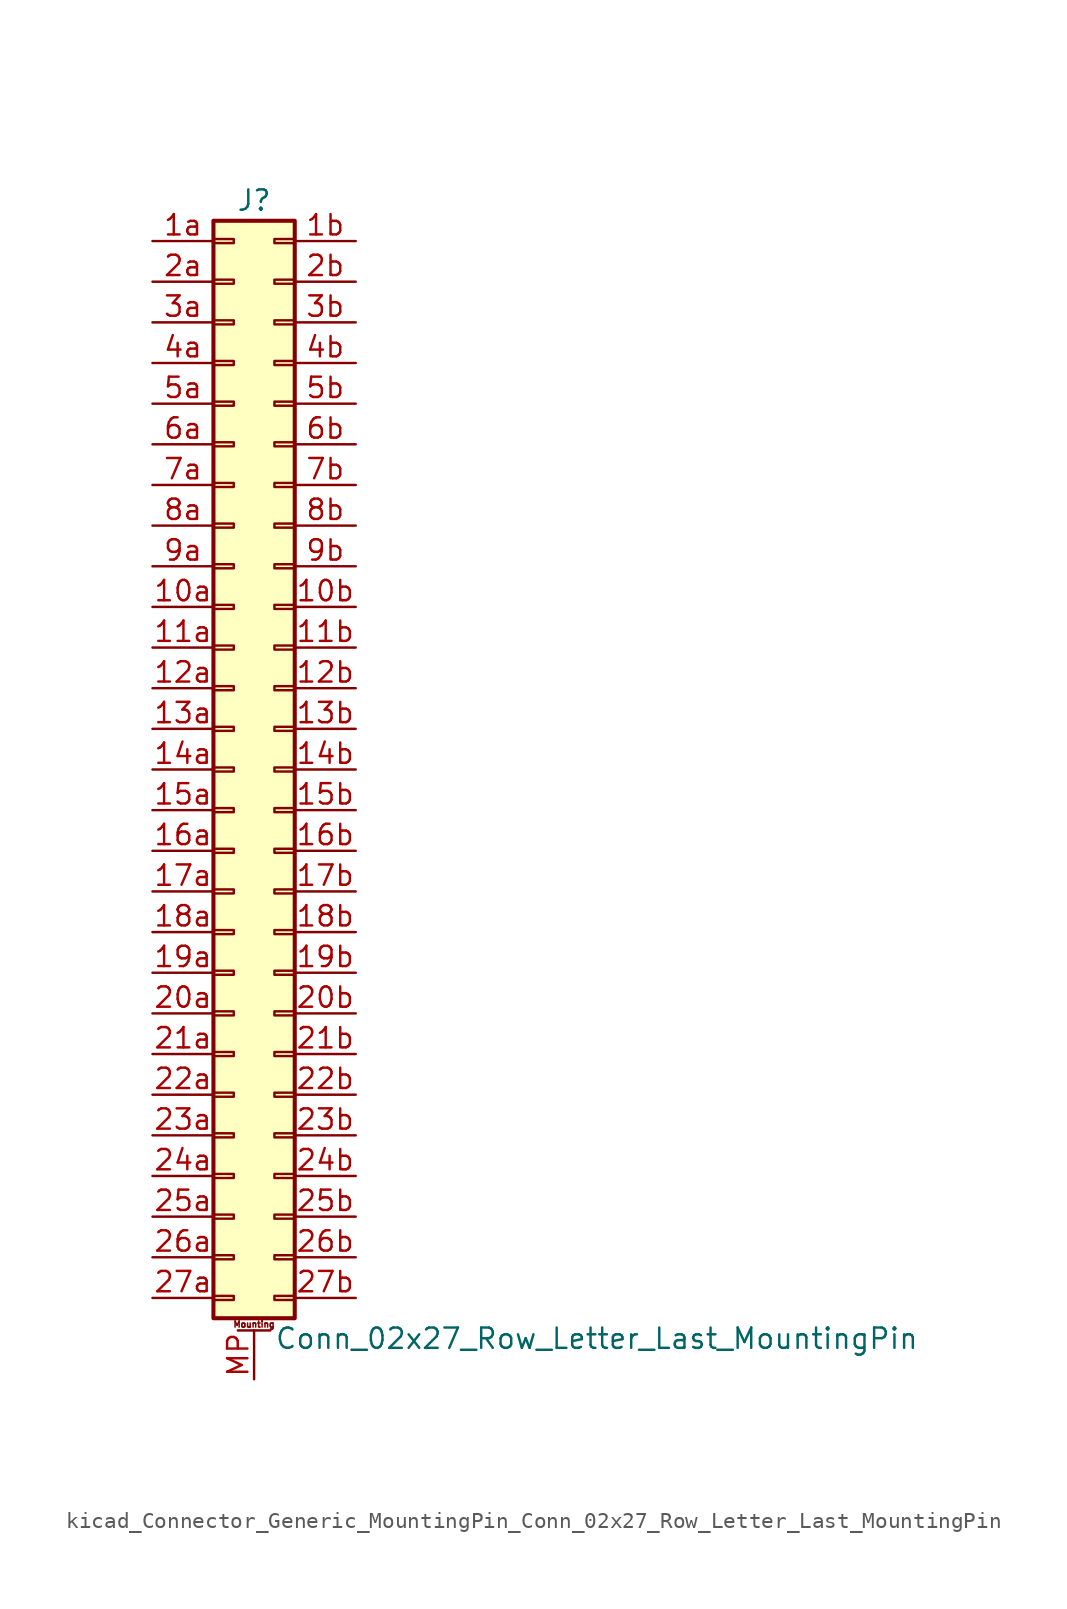
<source format=kicad_sym>
(kicad_symbol_lib
  (version 20220914)
  (generator kicad_symbol_editor)
  (symbol "kicad_Connector_Generic_MountingPin_Conn_02x27_Row_Letter_Last_MountingPin"
    (pin_names
      (offset 1.016) hide)
    (property "Reference" "J"
      (at 1.27 35.56 0)
      (effects (font (size 1.27 1.27))))
    (property "Value" "Conn_02x27_Row_Letter_Last_MountingPin"
      (at 2.54 -35.56 0)
      (effects (font (size 1.27 1.27)) (justify left)))
    (symbol "kicad_Connector_Generic_MountingPin_Conn_02x27_Row_Letter_Last_MountingPin_1_1"
      (rectangle (start -1.27 -32.893) (end 0 -33.147) (stroke (width 0.152) (type default)) (fill (type none)))
      (rectangle (start -1.27 -30.353) (end 0 -30.607) (stroke (width 0.152) (type default)) (fill (type none)))
      (rectangle (start -1.27 -27.813) (end 0 -28.067) (stroke (width 0.152) (type default)) (fill (type none)))
      (rectangle (start -1.27 -25.273) (end 0 -25.527) (stroke (width 0.152) (type default)) (fill (type none)))
      (rectangle (start -1.27 -22.733) (end 0 -22.987) (stroke (width 0.152) (type default)) (fill (type none)))
      (rectangle (start -1.27 -20.193) (end 0 -20.447) (stroke (width 0.152) (type default)) (fill (type none)))
      (rectangle (start -1.27 -17.653) (end 0 -17.907) (stroke (width 0.152) (type default)) (fill (type none)))
      (rectangle (start -1.27 -15.113) (end 0 -15.367) (stroke (width 0.152) (type default)) (fill (type none)))
      (rectangle (start -1.27 -12.573) (end 0 -12.827) (stroke (width 0.152) (type default)) (fill (type none)))
      (rectangle (start -1.27 -10.033) (end 0 -10.287) (stroke (width 0.152) (type default)) (fill (type none)))
      (rectangle (start -1.27 -7.493) (end 0 -7.747) (stroke (width 0.152) (type default)) (fill (type none)))
      (rectangle (start -1.27 -4.953) (end 0 -5.207) (stroke (width 0.152) (type default)) (fill (type none)))
      (rectangle (start -1.27 -2.413) (end 0 -2.667) (stroke (width 0.152) (type default)) (fill (type none)))
      (rectangle (start -1.27 0.127) (end 0 -0.127) (stroke (width 0.152) (type default)) (fill (type none)))
      (rectangle (start -1.27 2.667) (end 0 2.413) (stroke (width 0.152) (type default)) (fill (type none)))
      (rectangle (start -1.27 5.207) (end 0 4.953) (stroke (width 0.152) (type default)) (fill (type none)))
      (rectangle (start -1.27 7.747) (end 0 7.493) (stroke (width 0.152) (type default)) (fill (type none)))
      (rectangle (start -1.27 10.287) (end 0 10.033) (stroke (width 0.152) (type default)) (fill (type none)))
      (rectangle (start -1.27 12.827) (end 0 12.573) (stroke (width 0.152) (type default)) (fill (type none)))
      (rectangle (start -1.27 15.367) (end 0 15.113) (stroke (width 0.152) (type default)) (fill (type none)))
      (rectangle (start -1.27 17.907) (end 0 17.653) (stroke (width 0.152) (type default)) (fill (type none)))
      (rectangle (start -1.27 20.447) (end 0 20.193) (stroke (width 0.152) (type default)) (fill (type none)))
      (rectangle (start -1.27 22.987) (end 0 22.733) (stroke (width 0.152) (type default)) (fill (type none)))
      (rectangle (start -1.27 25.527) (end 0 25.273) (stroke (width 0.152) (type default)) (fill (type none)))
      (rectangle (start -1.27 28.067) (end 0 27.813) (stroke (width 0.152) (type default)) (fill (type none)))
      (rectangle (start -1.27 30.607) (end 0 30.353) (stroke (width 0.152) (type default)) (fill (type none)))
      (rectangle (start -1.27 33.147) (end 0 32.893) (stroke (width 0.152) (type default)) (fill (type none)))
      (rectangle (start -1.27 34.29) (end 3.81 -34.29) (stroke (width 0.254) (type default)) (fill (type background)))
      (polyline (pts (xy 0.254 -35.052) (xy 2.286 -35.052)) (stroke (width 0.152) (type default)) (fill (type none)))
      (rectangle (start 3.81 -32.893) (end 2.54 -33.147) (stroke (width 0.152) (type default)) (fill (type none)))
      (rectangle (start 3.81 -30.353) (end 2.54 -30.607) (stroke (width 0.152) (type default)) (fill (type none)))
      (rectangle (start 3.81 -27.813) (end 2.54 -28.067) (stroke (width 0.152) (type default)) (fill (type none)))
      (rectangle (start 3.81 -25.273) (end 2.54 -25.527) (stroke (width 0.152) (type default)) (fill (type none)))
      (rectangle (start 3.81 -22.733) (end 2.54 -22.987) (stroke (width 0.152) (type default)) (fill (type none)))
      (rectangle (start 3.81 -20.193) (end 2.54 -20.447) (stroke (width 0.152) (type default)) (fill (type none)))
      (rectangle (start 3.81 -17.653) (end 2.54 -17.907) (stroke (width 0.152) (type default)) (fill (type none)))
      (rectangle (start 3.81 -15.113) (end 2.54 -15.367) (stroke (width 0.152) (type default)) (fill (type none)))
      (rectangle (start 3.81 -12.573) (end 2.54 -12.827) (stroke (width 0.152) (type default)) (fill (type none)))
      (rectangle (start 3.81 -10.033) (end 2.54 -10.287) (stroke (width 0.152) (type default)) (fill (type none)))
      (rectangle (start 3.81 -7.493) (end 2.54 -7.747) (stroke (width 0.152) (type default)) (fill (type none)))
      (rectangle (start 3.81 -4.953) (end 2.54 -5.207) (stroke (width 0.152) (type default)) (fill (type none)))
      (rectangle (start 3.81 -2.413) (end 2.54 -2.667) (stroke (width 0.152) (type default)) (fill (type none)))
      (rectangle (start 3.81 0.127) (end 2.54 -0.127) (stroke (width 0.152) (type default)) (fill (type none)))
      (rectangle (start 3.81 2.667) (end 2.54 2.413) (stroke (width 0.152) (type default)) (fill (type none)))
      (rectangle (start 3.81 5.207) (end 2.54 4.953) (stroke (width 0.152) (type default)) (fill (type none)))
      (rectangle (start 3.81 7.747) (end 2.54 7.493) (stroke (width 0.152) (type default)) (fill (type none)))
      (rectangle (start 3.81 10.287) (end 2.54 10.033) (stroke (width 0.152) (type default)) (fill (type none)))
      (rectangle (start 3.81 12.827) (end 2.54 12.573) (stroke (width 0.152) (type default)) (fill (type none)))
      (rectangle (start 3.81 15.367) (end 2.54 15.113) (stroke (width 0.152) (type default)) (fill (type none)))
      (rectangle (start 3.81 17.907) (end 2.54 17.653) (stroke (width 0.152) (type default)) (fill (type none)))
      (rectangle (start 3.81 20.447) (end 2.54 20.193) (stroke (width 0.152) (type default)) (fill (type none)))
      (rectangle (start 3.81 22.987) (end 2.54 22.733) (stroke (width 0.152) (type default)) (fill (type none)))
      (rectangle (start 3.81 25.527) (end 2.54 25.273) (stroke (width 0.152) (type default)) (fill (type none)))
      (rectangle (start 3.81 28.067) (end 2.54 27.813) (stroke (width 0.152) (type default)) (fill (type none)))
      (rectangle (start 3.81 30.607) (end 2.54 30.353) (stroke (width 0.152) (type default)) (fill (type none)))
      (rectangle (start 3.81 33.147) (end 2.54 32.893) (stroke (width 0.152) (type default)) (fill (type none)))
      (text "Mounting" (at 1.27 -34.671 0) (effects (font (size 0.381 0.381))))
      (pin passive line (at -5.08 10.16 0) (length 3.81) (name "Pin_10a" (effects (font (size 1.27 1.27)))) (number "10a" (effects (font (size 1.27 1.27)))))
      (pin passive line (at 7.62 10.16 180) (length 3.81) (name "Pin_10b" (effects (font (size 1.27 1.27)))) (number "10b" (effects (font (size 1.27 1.27)))))
      (pin passive line (at -5.08 7.62 0) (length 3.81) (name "Pin_11a" (effects (font (size 1.27 1.27)))) (number "11a" (effects (font (size 1.27 1.27)))))
      (pin passive line (at 7.62 7.62 180) (length 3.81) (name "Pin_11b" (effects (font (size 1.27 1.27)))) (number "11b" (effects (font (size 1.27 1.27)))))
      (pin passive line (at -5.08 5.08 0) (length 3.81) (name "Pin_12a" (effects (font (size 1.27 1.27)))) (number "12a" (effects (font (size 1.27 1.27)))))
      (pin passive line (at 7.62 5.08 180) (length 3.81) (name "Pin_12b" (effects (font (size 1.27 1.27)))) (number "12b" (effects (font (size 1.27 1.27)))))
      (pin passive line (at -5.08 2.54 0) (length 3.81) (name "Pin_13a" (effects (font (size 1.27 1.27)))) (number "13a" (effects (font (size 1.27 1.27)))))
      (pin passive line (at 7.62 2.54 180) (length 3.81) (name "Pin_13b" (effects (font (size 1.27 1.27)))) (number "13b" (effects (font (size 1.27 1.27)))))
      (pin passive line (at -5.08 0 0) (length 3.81) (name "Pin_14a" (effects (font (size 1.27 1.27)))) (number "14a" (effects (font (size 1.27 1.27)))))
      (pin passive line (at 7.62 0 180) (length 3.81) (name "Pin_14b" (effects (font (size 1.27 1.27)))) (number "14b" (effects (font (size 1.27 1.27)))))
      (pin passive line (at -5.08 -2.54 0) (length 3.81) (name "Pin_15a" (effects (font (size 1.27 1.27)))) (number "15a" (effects (font (size 1.27 1.27)))))
      (pin passive line (at 7.62 -2.54 180) (length 3.81) (name "Pin_15b" (effects (font (size 1.27 1.27)))) (number "15b" (effects (font (size 1.27 1.27)))))
      (pin passive line (at -5.08 -5.08 0) (length 3.81) (name "Pin_16a" (effects (font (size 1.27 1.27)))) (number "16a" (effects (font (size 1.27 1.27)))))
      (pin passive line (at 7.62 -5.08 180) (length 3.81) (name "Pin_16b" (effects (font (size 1.27 1.27)))) (number "16b" (effects (font (size 1.27 1.27)))))
      (pin passive line (at -5.08 -7.62 0) (length 3.81) (name "Pin_17a" (effects (font (size 1.27 1.27)))) (number "17a" (effects (font (size 1.27 1.27)))))
      (pin passive line (at 7.62 -7.62 180) (length 3.81) (name "Pin_17b" (effects (font (size 1.27 1.27)))) (number "17b" (effects (font (size 1.27 1.27)))))
      (pin passive line (at -5.08 -10.16 0) (length 3.81) (name "Pin_18a" (effects (font (size 1.27 1.27)))) (number "18a" (effects (font (size 1.27 1.27)))))
      (pin passive line (at 7.62 -10.16 180) (length 3.81) (name "Pin_18b" (effects (font (size 1.27 1.27)))) (number "18b" (effects (font (size 1.27 1.27)))))
      (pin passive line (at -5.08 -12.7 0) (length 3.81) (name "Pin_19a" (effects (font (size 1.27 1.27)))) (number "19a" (effects (font (size 1.27 1.27)))))
      (pin passive line (at 7.62 -12.7 180) (length 3.81) (name "Pin_19b" (effects (font (size 1.27 1.27)))) (number "19b" (effects (font (size 1.27 1.27)))))
      (pin passive line (at -5.08 33.02 0) (length 3.81) (name "Pin_1a" (effects (font (size 1.27 1.27)))) (number "1a" (effects (font (size 1.27 1.27)))))
      (pin passive line (at 7.62 33.02 180) (length 3.81) (name "Pin_1b" (effects (font (size 1.27 1.27)))) (number "1b" (effects (font (size 1.27 1.27)))))
      (pin passive line (at -5.08 -15.24 0) (length 3.81) (name "Pin_20a" (effects (font (size 1.27 1.27)))) (number "20a" (effects (font (size 1.27 1.27)))))
      (pin passive line (at 7.62 -15.24 180) (length 3.81) (name "Pin_20b" (effects (font (size 1.27 1.27)))) (number "20b" (effects (font (size 1.27 1.27)))))
      (pin passive line (at -5.08 -17.78 0) (length 3.81) (name "Pin_21a" (effects (font (size 1.27 1.27)))) (number "21a" (effects (font (size 1.27 1.27)))))
      (pin passive line (at 7.62 -17.78 180) (length 3.81) (name "Pin_21b" (effects (font (size 1.27 1.27)))) (number "21b" (effects (font (size 1.27 1.27)))))
      (pin passive line (at -5.08 -20.32 0) (length 3.81) (name "Pin_22a" (effects (font (size 1.27 1.27)))) (number "22a" (effects (font (size 1.27 1.27)))))
      (pin passive line (at 7.62 -20.32 180) (length 3.81) (name "Pin_22b" (effects (font (size 1.27 1.27)))) (number "22b" (effects (font (size 1.27 1.27)))))
      (pin passive line (at -5.08 -22.86 0) (length 3.81) (name "Pin_23a" (effects (font (size 1.27 1.27)))) (number "23a" (effects (font (size 1.27 1.27)))))
      (pin passive line (at 7.62 -22.86 180) (length 3.81) (name "Pin_23b" (effects (font (size 1.27 1.27)))) (number "23b" (effects (font (size 1.27 1.27)))))
      (pin passive line (at -5.08 -25.4 0) (length 3.81) (name "Pin_24a" (effects (font (size 1.27 1.27)))) (number "24a" (effects (font (size 1.27 1.27)))))
      (pin passive line (at 7.62 -25.4 180) (length 3.81) (name "Pin_24b" (effects (font (size 1.27 1.27)))) (number "24b" (effects (font (size 1.27 1.27)))))
      (pin passive line (at -5.08 -27.94 0) (length 3.81) (name "Pin_25a" (effects (font (size 1.27 1.27)))) (number "25a" (effects (font (size 1.27 1.27)))))
      (pin passive line (at 7.62 -27.94 180) (length 3.81) (name "Pin_25b" (effects (font (size 1.27 1.27)))) (number "25b" (effects (font (size 1.27 1.27)))))
      (pin passive line (at -5.08 -30.48 0) (length 3.81) (name "Pin_26a" (effects (font (size 1.27 1.27)))) (number "26a" (effects (font (size 1.27 1.27)))))
      (pin passive line (at 7.62 -30.48 180) (length 3.81) (name "Pin_26b" (effects (font (size 1.27 1.27)))) (number "26b" (effects (font (size 1.27 1.27)))))
      (pin passive line (at -5.08 -33.02 0) (length 3.81) (name "Pin_27a" (effects (font (size 1.27 1.27)))) (number "27a" (effects (font (size 1.27 1.27)))))
      (pin passive line (at 7.62 -33.02 180) (length 3.81) (name "Pin_27b" (effects (font (size 1.27 1.27)))) (number "27b" (effects (font (size 1.27 1.27)))))
      (pin passive line (at -5.08 30.48 0) (length 3.81) (name "Pin_2a" (effects (font (size 1.27 1.27)))) (number "2a" (effects (font (size 1.27 1.27)))))
      (pin passive line (at 7.62 30.48 180) (length 3.81) (name "Pin_2b" (effects (font (size 1.27 1.27)))) (number "2b" (effects (font (size 1.27 1.27)))))
      (pin passive line (at -5.08 27.94 0) (length 3.81) (name "Pin_3a" (effects (font (size 1.27 1.27)))) (number "3a" (effects (font (size 1.27 1.27)))))
      (pin passive line (at 7.62 27.94 180) (length 3.81) (name "Pin_3b" (effects (font (size 1.27 1.27)))) (number "3b" (effects (font (size 1.27 1.27)))))
      (pin passive line (at -5.08 25.4 0) (length 3.81) (name "Pin_4a" (effects (font (size 1.27 1.27)))) (number "4a" (effects (font (size 1.27 1.27)))))
      (pin passive line (at 7.62 25.4 180) (length 3.81) (name "Pin_4b" (effects (font (size 1.27 1.27)))) (number "4b" (effects (font (size 1.27 1.27)))))
      (pin passive line (at -5.08 22.86 0) (length 3.81) (name "Pin_5a" (effects (font (size 1.27 1.27)))) (number "5a" (effects (font (size 1.27 1.27)))))
      (pin passive line (at 7.62 22.86 180) (length 3.81) (name "Pin_5b" (effects (font (size 1.27 1.27)))) (number "5b" (effects (font (size 1.27 1.27)))))
      (pin passive line (at -5.08 20.32 0) (length 3.81) (name "Pin_6a" (effects (font (size 1.27 1.27)))) (number "6a" (effects (font (size 1.27 1.27)))))
      (pin passive line (at 7.62 20.32 180) (length 3.81) (name "Pin_6b" (effects (font (size 1.27 1.27)))) (number "6b" (effects (font (size 1.27 1.27)))))
      (pin passive line (at -5.08 17.78 0) (length 3.81) (name "Pin_7a" (effects (font (size 1.27 1.27)))) (number "7a" (effects (font (size 1.27 1.27)))))
      (pin passive line (at 7.62 17.78 180) (length 3.81) (name "Pin_7b" (effects (font (size 1.27 1.27)))) (number "7b" (effects (font (size 1.27 1.27)))))
      (pin passive line (at -5.08 15.24 0) (length 3.81) (name "Pin_8a" (effects (font (size 1.27 1.27)))) (number "8a" (effects (font (size 1.27 1.27)))))
      (pin passive line (at 7.62 15.24 180) (length 3.81) (name "Pin_8b" (effects (font (size 1.27 1.27)))) (number "8b" (effects (font (size 1.27 1.27)))))
      (pin passive line (at -5.08 12.7 0) (length 3.81) (name "Pin_9a" (effects (font (size 1.27 1.27)))) (number "9a" (effects (font (size 1.27 1.27)))))
      (pin passive line (at 7.62 12.7 180) (length 3.81) (name "Pin_9b" (effects (font (size 1.27 1.27)))) (number "9b" (effects (font (size 1.27 1.27)))))
      (pin passive line (at 1.27 -38.1 90) (length 3.048) (name "MountPin" (effects (font (size 1.27 1.27)))) (number "MP" (effects (font (size 1.27 1.27))))))))
</source>
